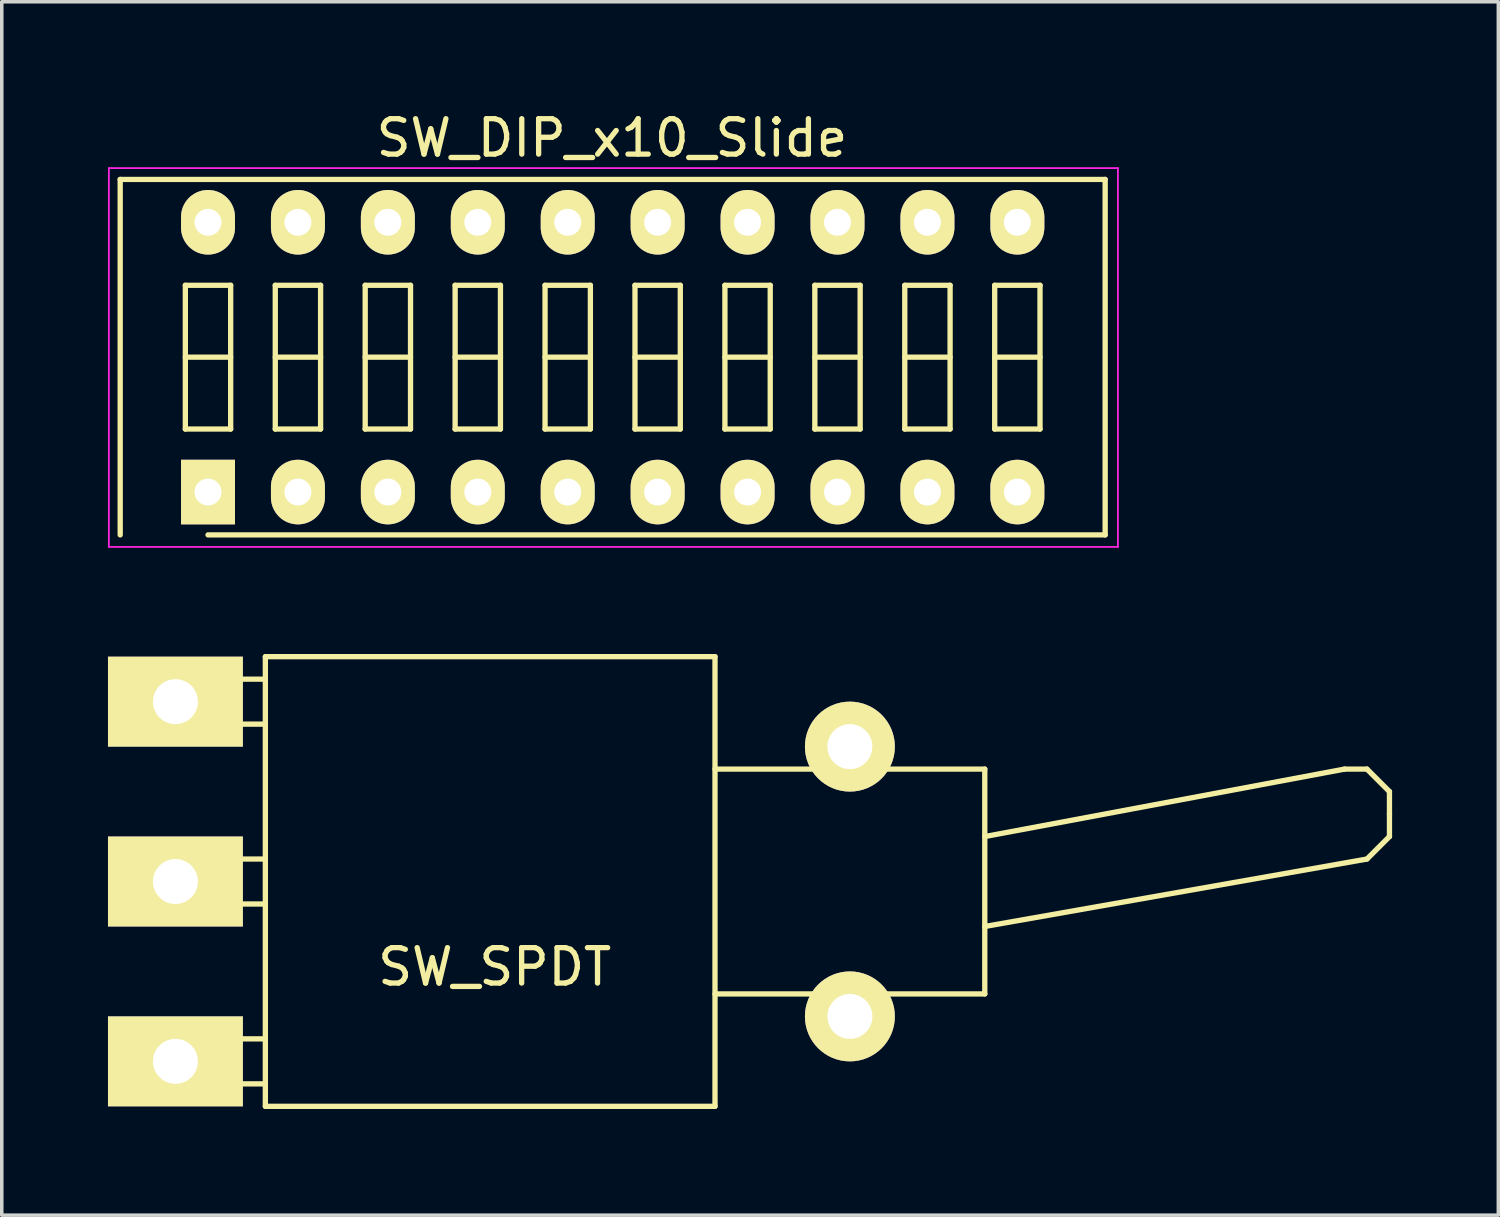
<source format=kicad_pcb>
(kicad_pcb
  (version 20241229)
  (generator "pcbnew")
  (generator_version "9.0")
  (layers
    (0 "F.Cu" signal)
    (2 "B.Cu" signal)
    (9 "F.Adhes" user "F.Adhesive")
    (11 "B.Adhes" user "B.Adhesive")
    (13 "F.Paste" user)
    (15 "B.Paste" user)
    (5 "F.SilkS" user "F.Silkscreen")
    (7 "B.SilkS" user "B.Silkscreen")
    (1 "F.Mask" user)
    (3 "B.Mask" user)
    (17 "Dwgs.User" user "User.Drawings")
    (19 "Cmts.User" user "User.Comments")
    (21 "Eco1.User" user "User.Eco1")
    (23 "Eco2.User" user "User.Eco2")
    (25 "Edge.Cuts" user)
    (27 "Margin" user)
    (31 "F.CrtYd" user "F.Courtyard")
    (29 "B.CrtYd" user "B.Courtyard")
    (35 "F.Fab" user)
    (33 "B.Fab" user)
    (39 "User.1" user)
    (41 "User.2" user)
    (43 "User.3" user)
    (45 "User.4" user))
  (footprint "SW_DIP_x10_Slide"
    (layer "F.Cu")
    (at 2.825 10.848)
    (property "Reference" "SW_DIP_x10_Slide" (at 11.41 -10 0) (layer "F.SilkS") (effects (font (size 1 1) (thickness 0.15))))
    (attr through_hole)
    (fp_line (start -2.48 -8.83) (end 25.34 -8.83) (stroke (width 0.15) (type solid)) (layer "F.SilkS"))
    (fp_line (start -2.48 1.21) (end -2.48 -8.83) (stroke (width 0.15) (type solid)) (layer "F.SilkS"))
    (fp_line (start -0.64 -5.84) (end -0.64 -1.78) (stroke (width 0.15) (type solid)) (layer "F.SilkS"))
    (fp_line (start -0.64 -3.81) (end 0.64 -3.81) (stroke (width 0.15) (type solid)) (layer "F.SilkS"))
    (fp_line (start -0.64 -1.78) (end 0.64 -1.78) (stroke (width 0.15) (type solid)) (layer "F.SilkS"))
    (fp_line (start 0.64 -5.84) (end -0.64 -5.84) (stroke (width 0.15) (type solid)) (layer "F.SilkS"))
    (fp_line (start 0.64 -1.78) (end 0.64 -5.84) (stroke (width 0.15) (type solid)) (layer "F.SilkS"))
    (fp_line (start 1.9 -5.84) (end 1.9 -1.78) (stroke (width 0.15) (type solid)) (layer "F.SilkS"))
    (fp_line (start 1.9 -3.81) (end 3.18 -3.81) (stroke (width 0.15) (type solid)) (layer "F.SilkS"))
    (fp_line (start 1.9 -1.78) (end 3.18 -1.78) (stroke (width 0.15) (type solid)) (layer "F.SilkS"))
    (fp_line (start 3.18 -5.84) (end 1.9 -5.84) (stroke (width 0.15) (type solid)) (layer "F.SilkS"))
    (fp_line (start 3.18 -1.78) (end 3.18 -5.84) (stroke (width 0.15) (type solid)) (layer "F.SilkS"))
    (fp_line (start 4.44 -5.84) (end 4.44 -1.78) (stroke (width 0.15) (type solid)) (layer "F.SilkS"))
    (fp_line (start 4.44 -3.81) (end 5.72 -3.81) (stroke (width 0.15) (type solid)) (layer "F.SilkS"))
    (fp_line (start 4.44 -1.78) (end 5.72 -1.78) (stroke (width 0.15) (type solid)) (layer "F.SilkS"))
    (fp_line (start 5.72 -5.84) (end 4.44 -5.84) (stroke (width 0.15) (type solid)) (layer "F.SilkS"))
    (fp_line (start 5.72 -1.78) (end 5.72 -5.84) (stroke (width 0.15) (type solid)) (layer "F.SilkS"))
    (fp_line (start 6.98 -5.84) (end 6.98 -1.78) (stroke (width 0.15) (type solid)) (layer "F.SilkS"))
    (fp_line (start 6.98 -3.81) (end 8.26 -3.81) (stroke (width 0.15) (type solid)) (layer "F.SilkS"))
    (fp_line (start 6.98 -1.78) (end 8.26 -1.78) (stroke (width 0.15) (type solid)) (layer "F.SilkS"))
    (fp_line (start 8.26 -5.84) (end 6.98 -5.84) (stroke (width 0.15) (type solid)) (layer "F.SilkS"))
    (fp_line (start 8.26 -1.78) (end 8.26 -5.84) (stroke (width 0.15) (type solid)) (layer "F.SilkS"))
    (fp_line (start 9.52 -5.84) (end 9.52 -1.78) (stroke (width 0.15) (type solid)) (layer "F.SilkS"))
    (fp_line (start 9.52 -3.81) (end 10.8 -3.81) (stroke (width 0.15) (type solid)) (layer "F.SilkS"))
    (fp_line (start 9.52 -1.78) (end 10.8 -1.78) (stroke (width 0.15) (type solid)) (layer "F.SilkS"))
    (fp_line (start 10.8 -5.84) (end 9.52 -5.84) (stroke (width 0.15) (type solid)) (layer "F.SilkS"))
    (fp_line (start 10.8 -1.78) (end 10.8 -5.84) (stroke (width 0.15) (type solid)) (layer "F.SilkS"))
    (fp_line (start 12.06 -5.84) (end 12.06 -1.78) (stroke (width 0.15) (type solid)) (layer "F.SilkS"))
    (fp_line (start 12.06 -3.81) (end 13.34 -3.81) (stroke (width 0.15) (type solid)) (layer "F.SilkS"))
    (fp_line (start 12.06 -1.78) (end 13.34 -1.78) (stroke (width 0.15) (type solid)) (layer "F.SilkS"))
    (fp_line (start 13.34 -5.84) (end 12.06 -5.84) (stroke (width 0.15) (type solid)) (layer "F.SilkS"))
    (fp_line (start 13.34 -1.78) (end 13.34 -5.84) (stroke (width 0.15) (type solid)) (layer "F.SilkS"))
    (fp_line (start 14.6 -5.84) (end 14.6 -1.78) (stroke (width 0.15) (type solid)) (layer "F.SilkS"))
    (fp_line (start 14.6 -3.81) (end 15.88 -3.81) (stroke (width 0.15) (type solid)) (layer "F.SilkS"))
    (fp_line (start 14.6 -1.78) (end 15.88 -1.78) (stroke (width 0.15) (type solid)) (layer "F.SilkS"))
    (fp_line (start 15.88 -5.84) (end 14.6 -5.84) (stroke (width 0.15) (type solid)) (layer "F.SilkS"))
    (fp_line (start 15.88 -1.78) (end 15.88 -5.84) (stroke (width 0.15) (type solid)) (layer "F.SilkS"))
    (fp_line (start 17.14 -5.84) (end 17.14 -1.78) (stroke (width 0.15) (type solid)) (layer "F.SilkS"))
    (fp_line (start 17.14 -3.81) (end 18.42 -3.81) (stroke (width 0.15) (type solid)) (layer "F.SilkS"))
    (fp_line (start 17.14 -1.78) (end 18.42 -1.78) (stroke (width 0.15) (type solid)) (layer "F.SilkS"))
    (fp_line (start 18.42 -5.84) (end 17.14 -5.84) (stroke (width 0.15) (type solid)) (layer "F.SilkS"))
    (fp_line (start 18.42 -1.78) (end 18.42 -5.84) (stroke (width 0.15) (type solid)) (layer "F.SilkS"))
    (fp_line (start 19.68 -5.84) (end 19.68 -1.78) (stroke (width 0.15) (type solid)) (layer "F.SilkS"))
    (fp_line (start 19.68 -3.81) (end 20.96 -3.81) (stroke (width 0.15) (type solid)) (layer "F.SilkS"))
    (fp_line (start 19.68 -1.78) (end 20.96 -1.78) (stroke (width 0.15) (type solid)) (layer "F.SilkS"))
    (fp_line (start 20.96 -5.84) (end 19.68 -5.84) (stroke (width 0.15) (type solid)) (layer "F.SilkS"))
    (fp_line (start 20.96 -1.78) (end 20.96 -5.84) (stroke (width 0.15) (type solid)) (layer "F.SilkS"))
    (fp_line (start 22.22 -5.84) (end 22.22 -1.78) (stroke (width 0.15) (type solid)) (layer "F.SilkS"))
    (fp_line (start 22.22 -3.81) (end 23.5 -3.81) (stroke (width 0.15) (type solid)) (layer "F.SilkS"))
    (fp_line (start 22.22 -1.78) (end 23.5 -1.78) (stroke (width 0.15) (type solid)) (layer "F.SilkS"))
    (fp_line (start 23.5 -5.84) (end 22.22 -5.84) (stroke (width 0.15) (type solid)) (layer "F.SilkS"))
    (fp_line (start 23.5 -1.78) (end 23.5 -5.84) (stroke (width 0.15) (type solid)) (layer "F.SilkS"))
    (fp_line (start 25.34 -8.83) (end 25.34 1.21) (stroke (width 0.15) (type solid)) (layer "F.SilkS"))
    (fp_line (start 25.34 1.21) (end 0 1.21) (stroke (width 0.15) (type solid)) (layer "F.SilkS"))
    (fp_line (start -2.8 -9.15) (end -2.8 1.55) (stroke (width 0.05) (type solid)) (layer "F.CrtYd"))
    (fp_line (start -2.8 1.55) (end 25.7 1.55) (stroke (width 0.05) (type solid)) (layer "F.CrtYd"))
    (fp_line (start 25.7 -9.15) (end -2.8 -9.15) (stroke (width 0.05) (type solid)) (layer "F.CrtYd"))
    (fp_line (start 25.7 1.55) (end 25.7 -9.15) (stroke (width 0.05) (type solid)) (layer "F.CrtYd"))
    (pad "1" thru_hole rect (at 0 0) (size 1.524 1.824) (drill 0.762) (layers "*.Cu" "*.Mask" "F.SilkS"))
    (pad "2" thru_hole oval (at 2.54 0) (size 1.524 1.824) (drill 0.762) (layers "*.Cu" "*.Mask" "F.SilkS"))
    (pad "3" thru_hole oval (at 5.08 0) (size 1.524 1.824) (drill 0.762) (layers "*.Cu" "*.Mask" "F.SilkS"))
    (pad "4" thru_hole oval (at 7.62 0) (size 1.524 1.824) (drill 0.762) (layers "*.Cu" "*.Mask" "F.SilkS"))
    (pad "5" thru_hole oval (at 10.16 0) (size 1.524 1.824) (drill 0.762) (layers "*.Cu" "*.Mask" "F.SilkS"))
    (pad "6" thru_hole oval (at 12.7 0) (size 1.524 1.824) (drill 0.762) (layers "*.Cu" "*.Mask" "F.SilkS"))
    (pad "7" thru_hole oval (at 15.24 0) (size 1.524 1.824) (drill 0.762) (layers "*.Cu" "*.Mask" "F.SilkS"))
    (pad "8" thru_hole oval (at 17.78 0) (size 1.524 1.824) (drill 0.762) (layers "*.Cu" "*.Mask" "F.SilkS"))
    (pad "9" thru_hole oval (at 20.32 0) (size 1.524 1.824) (drill 0.762) (layers "*.Cu" "*.Mask" "F.SilkS"))
    (pad "10" thru_hole oval (at 22.86 0) (size 1.524 1.824) (drill 0.762) (layers "*.Cu" "*.Mask" "F.SilkS"))
    (pad "11" thru_hole oval (at 22.86 -7.62) (size 1.524 1.824) (drill 0.762) (layers "*.Cu" "*.Mask" "F.SilkS"))
    (pad "12" thru_hole oval (at 20.32 -7.62) (size 1.524 1.824) (drill 0.762) (layers "*.Cu" "*.Mask" "F.SilkS"))
    (pad "13" thru_hole oval (at 17.78 -7.62) (size 1.524 1.824) (drill 0.762) (layers "*.Cu" "*.Mask" "F.SilkS"))
    (pad "14" thru_hole oval (at 15.24 -7.62) (size 1.524 1.824) (drill 0.762) (layers "*.Cu" "*.Mask" "F.SilkS"))
    (pad "15" thru_hole oval (at 12.7 -7.62) (size 1.524 1.824) (drill 0.762) (layers "*.Cu" "*.Mask" "F.SilkS"))
    (pad "16" thru_hole oval (at 10.16 -7.62) (size 1.524 1.824) (drill 0.762) (layers "*.Cu" "*.Mask" "F.SilkS"))
    (pad "17" thru_hole oval (at 7.62 -7.62) (size 1.524 1.824) (drill 0.762) (layers "*.Cu" "*.Mask" "F.SilkS"))
    (pad "18" thru_hole oval (at 5.08 -7.62) (size 1.524 1.824) (drill 0.762) (layers "*.Cu" "*.Mask" "F.SilkS"))
    (pad "19" thru_hole oval (at 2.54 -7.62) (size 1.524 1.824) (drill 0.762) (layers "*.Cu" "*.Mask" "F.SilkS"))
    (pad "20" thru_hole oval (at 0 -7.62) (size 1.524 1.824) (drill 0.762) (layers "*.Cu" "*.Mask" "F.SilkS")))
  (footprint "SW_SPDT"
    (layer "F.Cu")
    (at 1.905 21.848)
    (property "Reference" "SW_SPDT" (at 9.017 2.413 180) (layer "F.SilkS") (effects (font (size 1 1) (thickness 0.15))))
    (attr through_hole)
    (fp_line (start -1.27 -5.715) (end -1.27 -5.08) (stroke (width 0.15) (type solid)) (layer "F.SilkS"))
    (fp_line (start -1.27 -5.715) (end 2.54 -5.715) (stroke (width 0.15) (type solid)) (layer "F.SilkS"))
    (fp_line (start -1.27 -5.08) (end -1.27 -4.445) (stroke (width 0.15) (type solid)) (layer "F.SilkS"))
    (fp_line (start -1.27 -4.445) (end 2.54 -4.445) (stroke (width 0.15) (type solid)) (layer "F.SilkS"))
    (fp_line (start -1.27 -0.635) (end -1.27 0.635) (stroke (width 0.15) (type solid)) (layer "F.SilkS"))
    (fp_line (start -1.27 0.635) (end 2.54 0.635) (stroke (width 0.15) (type solid)) (layer "F.SilkS"))
    (fp_line (start -1.27 4.445) (end -1.27 5.715) (stroke (width 0.15) (type solid)) (layer "F.SilkS"))
    (fp_line (start -1.27 5.715) (end 2.54 5.715) (stroke (width 0.15) (type solid)) (layer "F.SilkS"))
    (fp_line (start 2.54 -6.35) (end 2.54 6.35) (stroke (width 0.15) (type solid)) (layer "F.SilkS"))
    (fp_line (start 2.54 -0.635) (end -1.27 -0.635) (stroke (width 0.15) (type solid)) (layer "F.SilkS"))
    (fp_line (start 2.54 4.445) (end -1.27 4.445) (stroke (width 0.15) (type solid)) (layer "F.SilkS"))
    (fp_line (start 2.54 6.35) (end 15.24 6.35) (stroke (width 0.15) (type solid)) (layer "F.SilkS"))
    (fp_line (start 15.24 -6.35) (end 2.54 -6.35) (stroke (width 0.15) (type solid)) (layer "F.SilkS"))
    (fp_line (start 15.24 -3.175) (end 22.86 -3.175) (stroke (width 0.15) (type solid)) (layer "F.SilkS"))
    (fp_line (start 15.24 6.35) (end 15.24 -6.35) (stroke (width 0.15) (type solid)) (layer "F.SilkS"))
    (fp_line (start 22.86 -3.175) (end 22.86 3.175) (stroke (width 0.15) (type solid)) (layer "F.SilkS"))
    (fp_line (start 22.86 -1.27) (end 33.02 -3.175) (stroke (width 0.15) (type solid)) (layer "F.SilkS"))
    (fp_line (start 22.86 3.175) (end 15.24 3.175) (stroke (width 0.15) (type solid)) (layer "F.SilkS"))
    (fp_line (start 33.02 -3.175) (end 33.655 -3.175) (stroke (width 0.15) (type solid)) (layer "F.SilkS"))
    (fp_line (start 33.655 -3.175) (end 34.29 -2.54) (stroke (width 0.15) (type solid)) (layer "F.SilkS"))
    (fp_line (start 33.655 -0.635) (end 22.86 1.27) (stroke (width 0.15) (type solid)) (layer "F.SilkS"))
    (fp_line (start 34.29 -2.54) (end 34.29 -1.905) (stroke (width 0.15) (type solid)) (layer "F.SilkS"))
    (fp_line (start 34.29 -1.905) (end 34.29 -1.27) (stroke (width 0.15) (type solid)) (layer "F.SilkS"))
    (fp_line (start 34.29 -1.27) (end 33.655 -0.635) (stroke (width 0.15) (type solid)) (layer "F.SilkS"))
    (pad "1" thru_hole rect (at 0 -5.08) (size 3.81 2.54) (drill 1.27) (layers "*.Cu" "*.Mask" "F.SilkS"))
    (pad "2" thru_hole rect (at 0 0) (size 3.81 2.54) (drill 1.27) (layers "*.Cu" "*.Mask" "F.SilkS"))
    (pad "3" thru_hole rect (at 0 5.08) (size 3.81 2.54) (drill 1.27) (layers "*.Cu" "*.Mask" "F.SilkS"))
    (pad "H1" thru_hole circle (at 19.05 -3.81) (size 2.54 2.54) (drill 1.27) (layers "*.Cu" "*.Mask" "F.SilkS"))
    (pad "H2" thru_hole circle (at 19.05 3.81) (size 2.54 2.54) (drill 1.27) (layers "*.Cu" "*.Mask" "F.SilkS")))
  (gr_rect
    (start -3 -3)
    (end 39.27 31.273)
    (stroke (width 0.1) (type default))
    (fill no)
    (layer "Edge.Cuts")))
</source>
